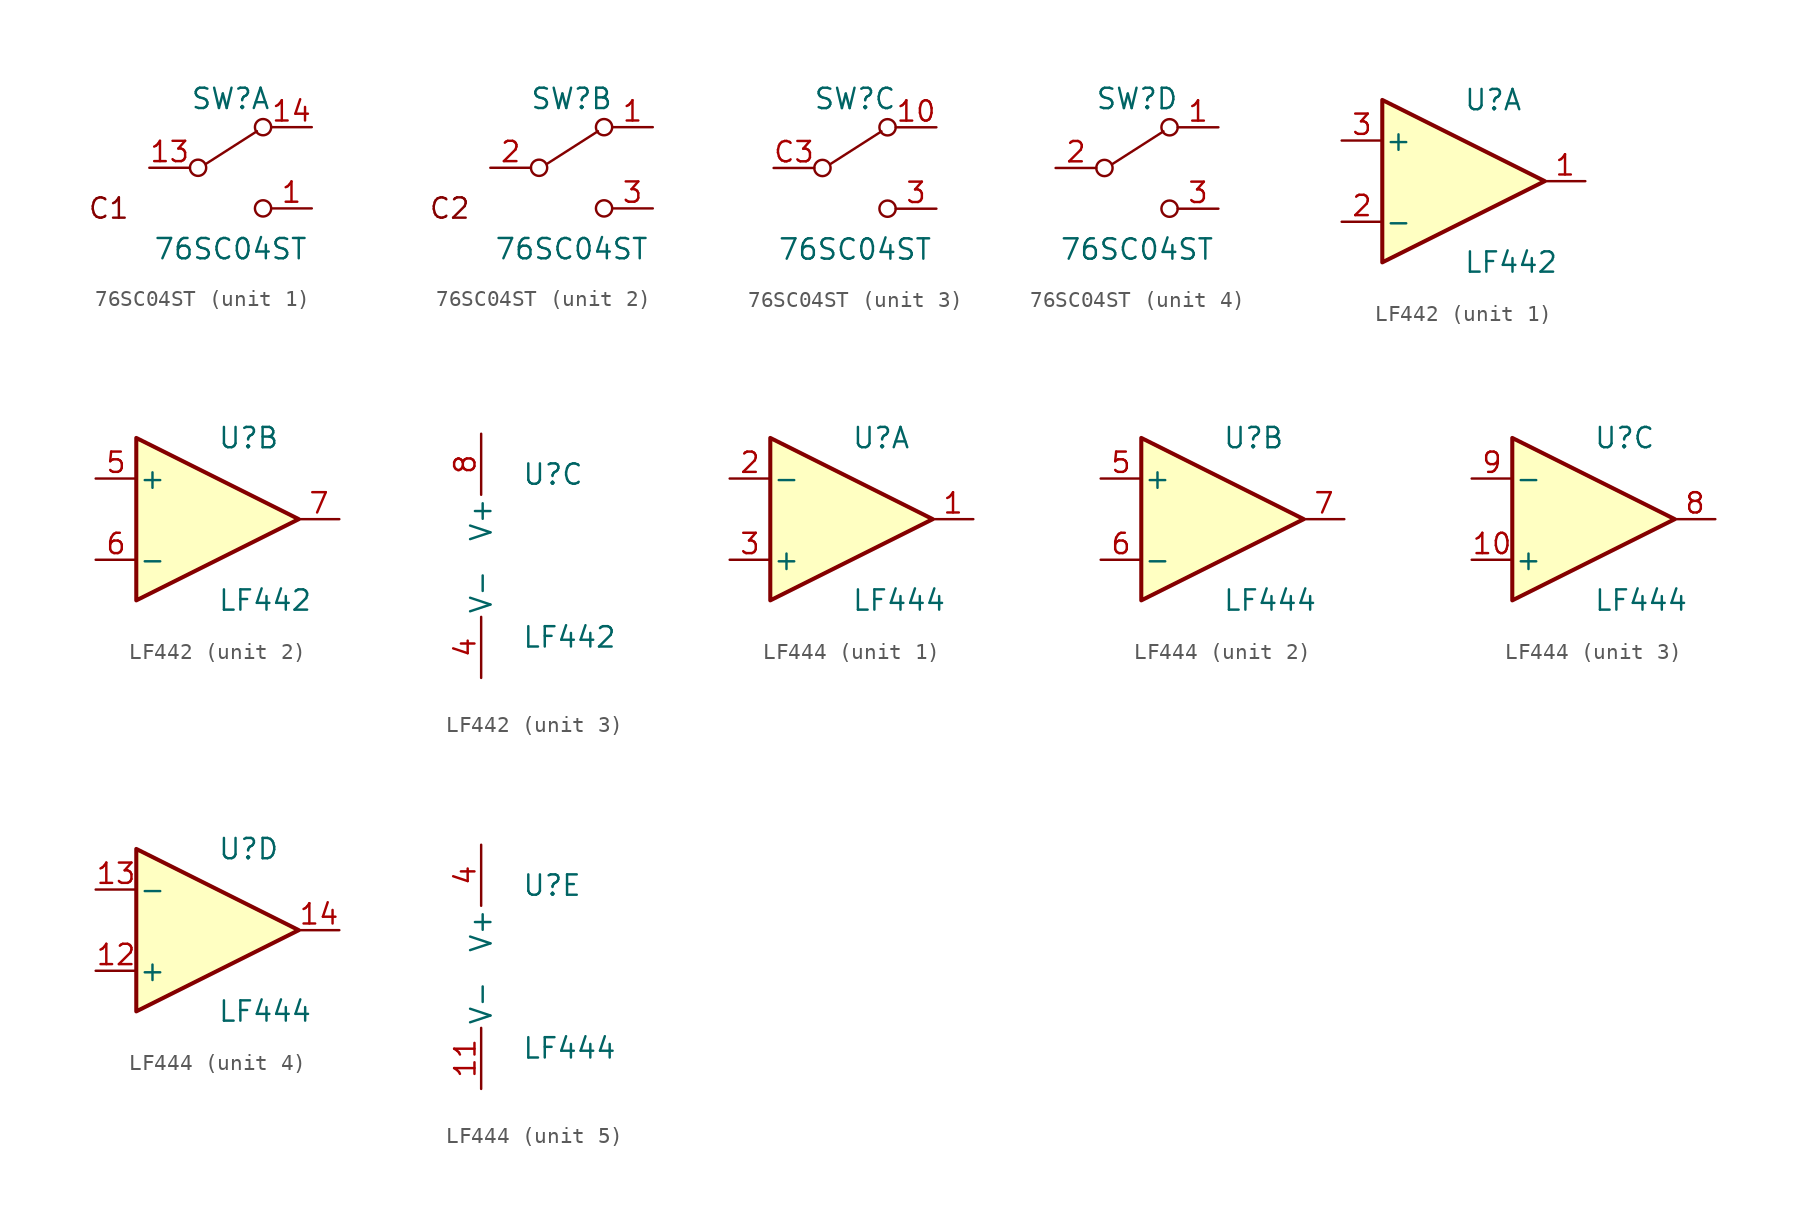
<source format=kicad_sym>
(kicad_symbol_lib
  (version 20211014)
  (generator kicad_symbol_editor)
  (symbol "76SC04ST"
    (pin_names
      (offset 0) hide)
    (property "Reference" "SW"
      (at 0 4.318 0)
      (effects (font (size 1.27 1.27))))
    (property "Value" "76SC04ST"
      (at 0 -5.08 0)
      (effects (font (size 1.27 1.27))))
    (symbol "76SC04ST_0_0"
      (circle (center -2.032 0) (radius 0.508) (stroke (width 0) (type default) (color 0 0 0 0)) (fill (type none)))
      (circle (center 2.032 -2.54) (radius 0.508) (stroke (width 0) (type default) (color 0 0 0 0)) (fill (type none))))
    (symbol "76SC04ST_0_1"
      (polyline (pts (xy -1.524 0.254) (xy 1.651 2.286)) (stroke (width 0) (type default) (color 0 0 0 0)) (fill (type none)))
      (circle (center 2.032 2.54) (radius 0.508) (stroke (width 0) (type default) (color 0 0 0 0)) (fill (type none))))
    (symbol "76SC04ST_1_0"
      (text "C1" (at -7.62 -2.54 0) (effects (font (size 1.27 1.27)))))
    (symbol "76SC04ST_1_1"
      (pin passive line (at 5.08 -2.54 180) (length 2.54) (name "C" (effects (font (size 1.27 1.27)))) (number "1" (effects (font (size 1.27 1.27)))))
      (pin passive line (at -5.08 0 0) (length 2.54) (name "C3" (effects (font (size 1.27 1.27)))) (number "13" (effects (font (size 1.27 1.27)))))
      (pin passive line (at 5.08 2.54 180) (length 2.54) (name "A" (effects (font (size 1.27 1.27)))) (number "14" (effects (font (size 1.27 1.27))))))
    (symbol "76SC04ST_2_0"
      (text "C2" (at -7.62 -2.54 0) (effects (font (size 1.27 1.27)))))
    (symbol "76SC04ST_2_1"
      (pin passive line (at 5.08 2.54 180) (length 2.54) (name "A" (effects (font (size 1.27 1.27)))) (number "1" (effects (font (size 1.27 1.27)))))
      (pin passive line (at -5.08 0 0) (length 2.54) (name "C3" (effects (font (size 1.27 1.27)))) (number "2" (effects (font (size 1.27 1.27)))))
      (pin passive line (at 5.08 -2.54 180) (length 2.54) (name "C" (effects (font (size 1.27 1.27)))) (number "3" (effects (font (size 1.27 1.27))))))
    (symbol "76SC04ST_3_1"
      (pin passive line (at 5.08 2.54 180) (length 2.54) (name "A" (effects (font (size 1.27 1.27)))) (number "10" (effects (font (size 1.27 1.27)))))
      (pin passive line (at 5.08 -2.54 180) (length 2.54) (name "C" (effects (font (size 1.27 1.27)))) (number "3" (effects (font (size 1.27 1.27)))))
      (pin passive line (at -5.08 0 0) (length 2.54) (name "C3" (effects (font (size 1.27 1.27)))) (number "C3" (effects (font (size 1.27 1.27))))))
    (symbol "76SC04ST_4_1"
      (pin passive line (at 5.08 2.54 180) (length 2.54) (name "A" (effects (font (size 1.27 1.27)))) (number "1" (effects (font (size 1.27 1.27)))))
      (pin passive line (at -5.08 0 0) (length 2.54) (name "C3" (effects (font (size 1.27 1.27)))) (number "2" (effects (font (size 1.27 1.27)))))
      (pin passive line (at 5.08 -2.54 180) (length 2.54) (name "C" (effects (font (size 1.27 1.27)))) (number "3" (effects (font (size 1.27 1.27)))))))
  (symbol "LF442"
    (pin_names
      (offset 0.127))
    (property "Reference" "U"
      (at 0 5.08 0)
      (effects (font (size 1.27 1.27)) (justify left)))
    (property "Value" "LF442"
      (at 0 -5.08 0)
      (effects (font (size 1.27 1.27)) (justify left)))
    (property "ki_locked" ""
      (at 0 0 0)
      (effects (font (size 1.27 1.27))))
    (symbol "LF442_1_1"
      (polyline (pts (xy -5.08 5.08) (xy 5.08 0) (xy -5.08 -5.08) (xy -5.08 5.08)) (stroke (width 0.254) (type default) (color 0 0 0 0)) (fill (type background)))
      (pin output line (at 7.62 0 180) (length 2.54) (name "~" (effects (font (size 1.27 1.27)))) (number "1" (effects (font (size 1.27 1.27)))))
      (pin input line (at -7.62 -2.54 0) (length 2.54) (name "-" (effects (font (size 1.27 1.27)))) (number "2" (effects (font (size 1.27 1.27)))))
      (pin input line (at -7.62 2.54 0) (length 2.54) (name "+" (effects (font (size 1.27 1.27)))) (number "3" (effects (font (size 1.27 1.27))))))
    (symbol "LF442_2_1"
      (polyline (pts (xy -5.08 5.08) (xy 5.08 0) (xy -5.08 -5.08) (xy -5.08 5.08)) (stroke (width 0.254) (type default) (color 0 0 0 0)) (fill (type background)))
      (pin input line (at -7.62 2.54 0) (length 2.54) (name "+" (effects (font (size 1.27 1.27)))) (number "5" (effects (font (size 1.27 1.27)))))
      (pin input line (at -7.62 -2.54 0) (length 2.54) (name "-" (effects (font (size 1.27 1.27)))) (number "6" (effects (font (size 1.27 1.27)))))
      (pin output line (at 7.62 0 180) (length 2.54) (name "~" (effects (font (size 1.27 1.27)))) (number "7" (effects (font (size 1.27 1.27))))))
    (symbol "LF442_3_1"
      (pin power_in line (at -2.54 -7.62 90) (length 3.81) (name "V-" (effects (font (size 1.27 1.27)))) (number "4" (effects (font (size 1.27 1.27)))))
      (pin power_in line (at -2.54 7.62 270) (length 3.81) (name "V+" (effects (font (size 1.27 1.27)))) (number "8" (effects (font (size 1.27 1.27)))))))
  (symbol "LF444"
    (pin_names
      (offset 0.127))
    (property "Reference" "U"
      (at 0 5.08 0)
      (effects (font (size 1.27 1.27)) (justify left)))
    (property "Value" "LF444"
      (at 0 -5.08 0)
      (effects (font (size 1.27 1.27)) (justify left)))
    (property "ki_locked" ""
      (at 0 0 0)
      (effects (font (size 1.27 1.27))))
    (symbol "LF444_1_1"
      (polyline (pts (xy -5.08 5.08) (xy 5.08 0) (xy -5.08 -5.08) (xy -5.08 5.08)) (stroke (width 0.254) (type default) (color 0 0 0 0)) (fill (type background)))
      (pin output line (at 7.62 0 180) (length 2.54) (name "~" (effects (font (size 1.27 1.27)))) (number "1" (effects (font (size 1.27 1.27)))))
      (pin input line (at -7.62 2.54 0) (length 2.54) (name "-" (effects (font (size 1.27 1.27)))) (number "2" (effects (font (size 1.27 1.27)))))
      (pin input line (at -7.62 -2.54 0) (length 2.54) (name "+" (effects (font (size 1.27 1.27)))) (number "3" (effects (font (size 1.27 1.27))))))
    (symbol "LF444_2_1"
      (polyline (pts (xy -5.08 5.08) (xy 5.08 0) (xy -5.08 -5.08) (xy -5.08 5.08)) (stroke (width 0.254) (type default) (color 0 0 0 0)) (fill (type background)))
      (pin input line (at -7.62 2.54 0) (length 2.54) (name "+" (effects (font (size 1.27 1.27)))) (number "5" (effects (font (size 1.27 1.27)))))
      (pin input line (at -7.62 -2.54 0) (length 2.54) (name "-" (effects (font (size 1.27 1.27)))) (number "6" (effects (font (size 1.27 1.27)))))
      (pin output line (at 7.62 0 180) (length 2.54) (name "~" (effects (font (size 1.27 1.27)))) (number "7" (effects (font (size 1.27 1.27))))))
    (symbol "LF444_3_1"
      (polyline (pts (xy -5.08 5.08) (xy 5.08 0) (xy -5.08 -5.08) (xy -5.08 5.08)) (stroke (width 0.254) (type default) (color 0 0 0 0)) (fill (type background)))
      (pin input line (at -7.62 -2.54 0) (length 2.54) (name "+" (effects (font (size 1.27 1.27)))) (number "10" (effects (font (size 1.27 1.27)))))
      (pin output line (at 7.62 0 180) (length 2.54) (name "~" (effects (font (size 1.27 1.27)))) (number "8" (effects (font (size 1.27 1.27)))))
      (pin input line (at -7.62 2.54 0) (length 2.54) (name "-" (effects (font (size 1.27 1.27)))) (number "9" (effects (font (size 1.27 1.27))))))
    (symbol "LF444_4_1"
      (polyline (pts (xy -5.08 5.08) (xy 5.08 0) (xy -5.08 -5.08) (xy -5.08 5.08)) (stroke (width 0.254) (type default) (color 0 0 0 0)) (fill (type background)))
      (pin input line (at -7.62 -2.54 0) (length 2.54) (name "+" (effects (font (size 1.27 1.27)))) (number "12" (effects (font (size 1.27 1.27)))))
      (pin input line (at -7.62 2.54 0) (length 2.54) (name "-" (effects (font (size 1.27 1.27)))) (number "13" (effects (font (size 1.27 1.27)))))
      (pin output line (at 7.62 0 180) (length 2.54) (name "~" (effects (font (size 1.27 1.27)))) (number "14" (effects (font (size 1.27 1.27))))))
    (symbol "LF444_5_1"
      (pin power_in line (at -2.54 -7.62 90) (length 3.81) (name "V-" (effects (font (size 1.27 1.27)))) (number "11" (effects (font (size 1.27 1.27)))))
      (pin power_in line (at -2.54 7.62 270) (length 3.81) (name "V+" (effects (font (size 1.27 1.27)))) (number "4" (effects (font (size 1.27 1.27))))))))
</source>
